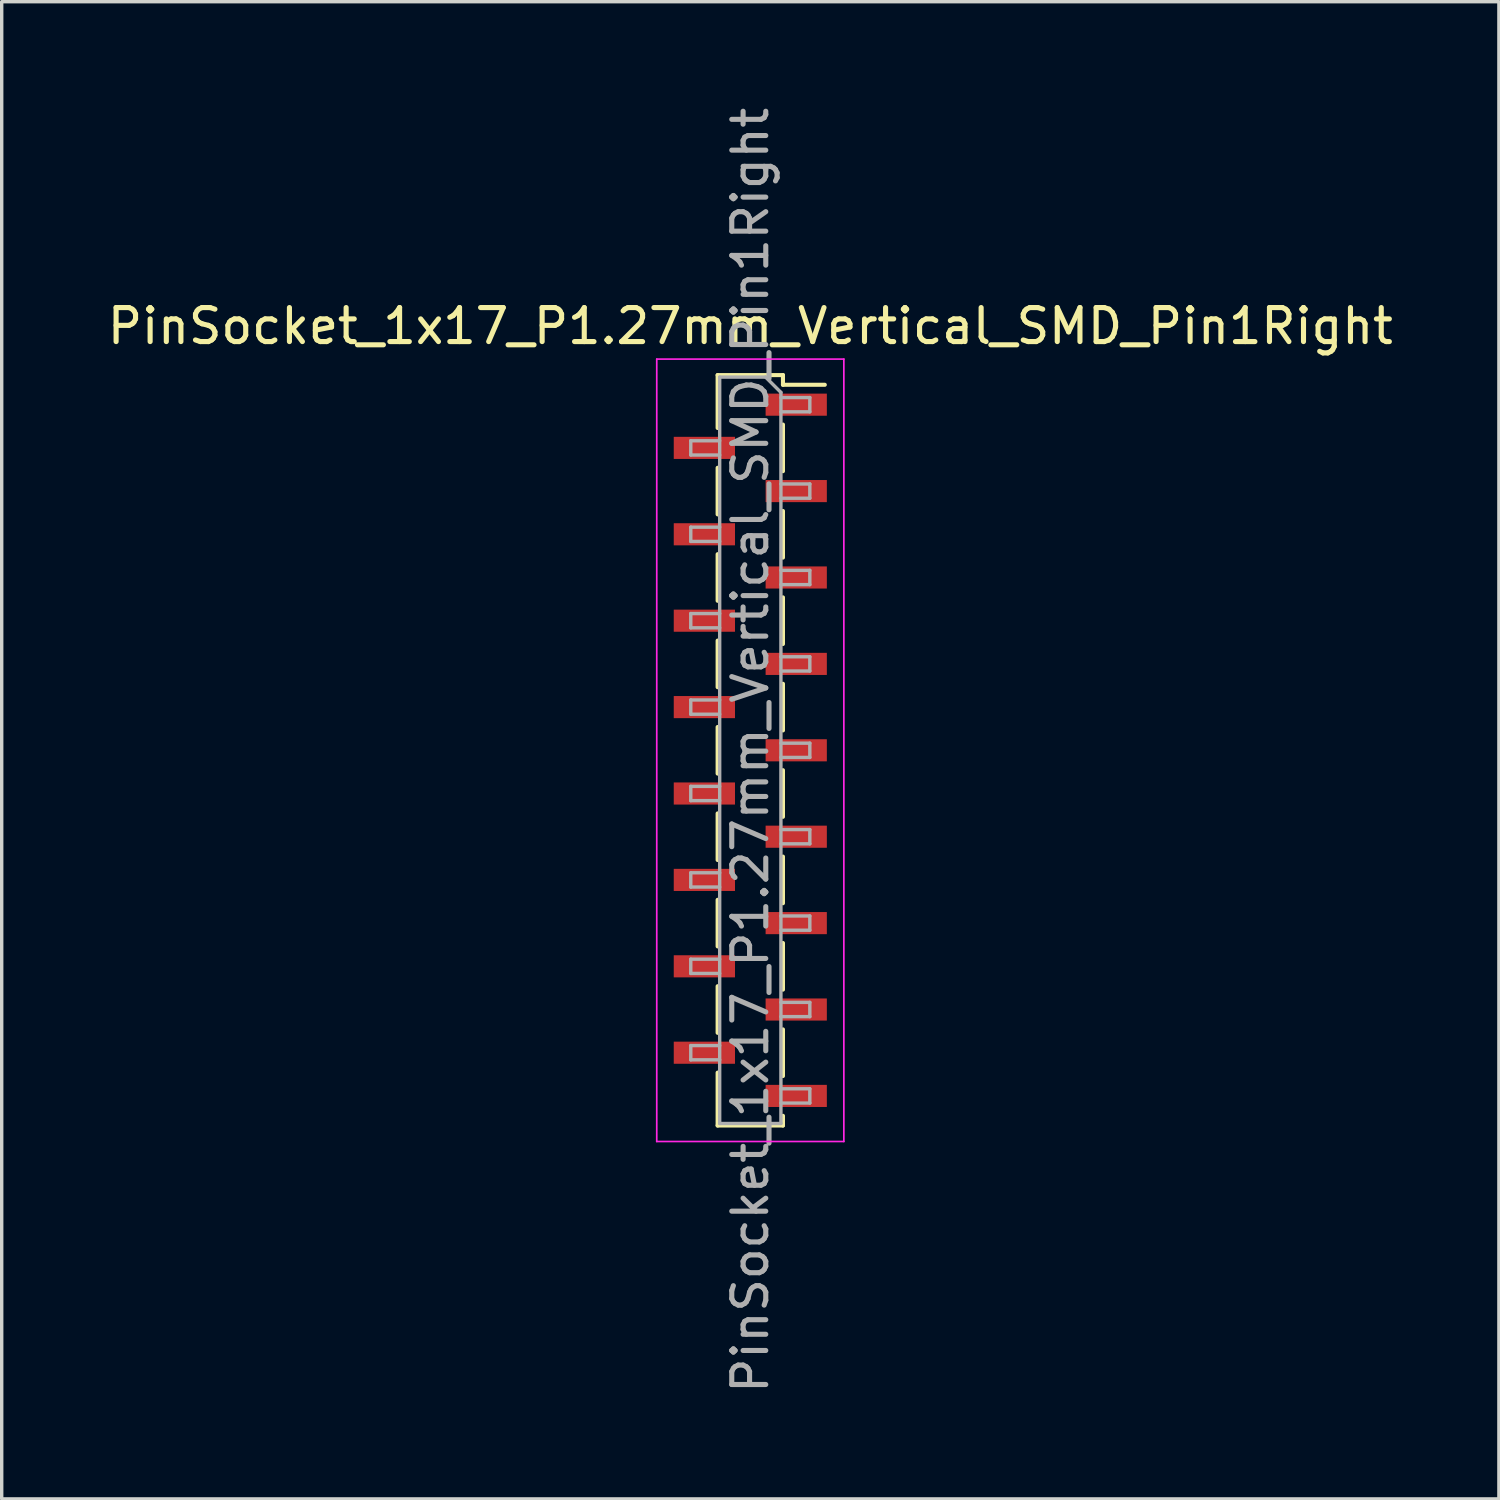
<source format=kicad_pcb>
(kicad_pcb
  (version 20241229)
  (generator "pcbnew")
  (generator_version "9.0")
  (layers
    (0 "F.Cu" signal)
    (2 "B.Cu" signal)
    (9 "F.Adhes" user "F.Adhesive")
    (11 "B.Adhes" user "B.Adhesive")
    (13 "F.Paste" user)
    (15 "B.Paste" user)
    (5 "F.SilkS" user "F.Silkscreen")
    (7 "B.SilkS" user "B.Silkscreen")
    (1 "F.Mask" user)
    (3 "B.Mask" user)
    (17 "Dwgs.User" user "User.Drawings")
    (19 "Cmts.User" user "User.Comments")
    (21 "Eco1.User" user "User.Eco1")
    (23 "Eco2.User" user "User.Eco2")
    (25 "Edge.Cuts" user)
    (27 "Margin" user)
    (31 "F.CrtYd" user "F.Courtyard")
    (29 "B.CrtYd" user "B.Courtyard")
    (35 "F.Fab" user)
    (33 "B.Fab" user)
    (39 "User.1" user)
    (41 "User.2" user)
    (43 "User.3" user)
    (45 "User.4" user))
  (footprint "PinSocket_1x17_P1.27mm_Vertical_SMD_Pin1Right"
    (layer "F.Cu")
    (at 19.006 19.006)
    (property "Reference" "PinSocket_1x17_P1.27mm_Vertical_SMD_Pin1Right" (at 0 -12.47 0) (layer "F.SilkS") (effects (font (size 1 1) (thickness 0.15))))
    (attr smd)
    (fp_line (start -0.96 -11.03) (end -0.96 -9.475) (stroke (width 0.12) (type solid)) (layer "F.SilkS"))
    (fp_line (start -0.96 -11.03) (end 0.96 -11.03) (stroke (width 0.12) (type solid)) (layer "F.SilkS"))
    (fp_line (start -0.96 -8.305) (end -0.96 -6.935) (stroke (width 0.12) (type solid)) (layer "F.SilkS"))
    (fp_line (start -0.96 -5.765) (end -0.96 -4.395) (stroke (width 0.12) (type solid)) (layer "F.SilkS"))
    (fp_line (start -0.96 -3.225) (end -0.96 -1.855) (stroke (width 0.12) (type solid)) (layer "F.SilkS"))
    (fp_line (start -0.96 -0.685) (end -0.96 0.685) (stroke (width 0.12) (type solid)) (layer "F.SilkS"))
    (fp_line (start -0.96 1.855) (end -0.96 3.225) (stroke (width 0.12) (type solid)) (layer "F.SilkS"))
    (fp_line (start -0.96 4.395) (end -0.96 5.765) (stroke (width 0.12) (type solid)) (layer "F.SilkS"))
    (fp_line (start -0.96 6.935) (end -0.96 8.305) (stroke (width 0.12) (type solid)) (layer "F.SilkS"))
    (fp_line (start -0.96 9.475) (end -0.96 11.03) (stroke (width 0.12) (type solid)) (layer "F.SilkS"))
    (fp_line (start -0.96 11.03) (end 0.96 11.03) (stroke (width 0.12) (type solid)) (layer "F.SilkS"))
    (fp_line (start 0.96 -11.03) (end 0.96 -10.745) (stroke (width 0.12) (type solid)) (layer "F.SilkS"))
    (fp_line (start 0.96 -10.745) (end 2.19 -10.745) (stroke (width 0.12) (type solid)) (layer "F.SilkS"))
    (fp_line (start 0.96 -9.575) (end 0.96 -8.205) (stroke (width 0.12) (type solid)) (layer "F.SilkS"))
    (fp_line (start 0.96 -7.035) (end 0.96 -5.665) (stroke (width 0.12) (type solid)) (layer "F.SilkS"))
    (fp_line (start 0.96 -4.495) (end 0.96 -3.125) (stroke (width 0.12) (type solid)) (layer "F.SilkS"))
    (fp_line (start 0.96 -1.955) (end 0.96 -0.585) (stroke (width 0.12) (type solid)) (layer "F.SilkS"))
    (fp_line (start 0.96 0.585) (end 0.96 1.955) (stroke (width 0.12) (type solid)) (layer "F.SilkS"))
    (fp_line (start 0.96 3.125) (end 0.96 4.495) (stroke (width 0.12) (type solid)) (layer "F.SilkS"))
    (fp_line (start 0.96 5.665) (end 0.96 7.035) (stroke (width 0.12) (type solid)) (layer "F.SilkS"))
    (fp_line (start 0.96 8.205) (end 0.96 9.575) (stroke (width 0.12) (type solid)) (layer "F.SilkS"))
    (fp_line (start 0.96 10.745) (end 0.96 11.03) (stroke (width 0.12) (type solid)) (layer "F.SilkS"))
    (fp_line (start -2.75 -11.5) (end 2.75 -11.5) (stroke (width 0.05) (type solid)) (layer "F.CrtYd"))
    (fp_line (start -2.75 11.5) (end -2.75 -11.5) (stroke (width 0.05) (type solid)) (layer "F.CrtYd"))
    (fp_line (start 2.75 -11.5) (end 2.75 11.5) (stroke (width 0.05) (type solid)) (layer "F.CrtYd"))
    (fp_line (start 2.75 11.5) (end -2.75 11.5) (stroke (width 0.05) (type solid)) (layer "F.CrtYd"))
    (fp_line (start -1.75 -9.1) (end -0.9 -9.1) (stroke (width 0.1) (type solid)) (layer "F.Fab"))
    (fp_line (start -1.75 -8.68) (end -1.75 -9.1) (stroke (width 0.1) (type solid)) (layer "F.Fab"))
    (fp_line (start -1.75 -6.56) (end -0.9 -6.56) (stroke (width 0.1) (type solid)) (layer "F.Fab"))
    (fp_line (start -1.75 -6.14) (end -1.75 -6.56) (stroke (width 0.1) (type solid)) (layer "F.Fab"))
    (fp_line (start -1.75 -4.02) (end -0.9 -4.02) (stroke (width 0.1) (type solid)) (layer "F.Fab"))
    (fp_line (start -1.75 -3.6) (end -1.75 -4.02) (stroke (width 0.1) (type solid)) (layer "F.Fab"))
    (fp_line (start -1.75 -1.48) (end -0.9 -1.48) (stroke (width 0.1) (type solid)) (layer "F.Fab"))
    (fp_line (start -1.75 -1.06) (end -1.75 -1.48) (stroke (width 0.1) (type solid)) (layer "F.Fab"))
    (fp_line (start -1.75 1.06) (end -0.9 1.06) (stroke (width 0.1) (type solid)) (layer "F.Fab"))
    (fp_line (start -1.75 1.48) (end -1.75 1.06) (stroke (width 0.1) (type solid)) (layer "F.Fab"))
    (fp_line (start -1.75 3.6) (end -0.9 3.6) (stroke (width 0.1) (type solid)) (layer "F.Fab"))
    (fp_line (start -1.75 4.02) (end -1.75 3.6) (stroke (width 0.1) (type solid)) (layer "F.Fab"))
    (fp_line (start -1.75 6.14) (end -0.9 6.14) (stroke (width 0.1) (type solid)) (layer "F.Fab"))
    (fp_line (start -1.75 6.56) (end -1.75 6.14) (stroke (width 0.1) (type solid)) (layer "F.Fab"))
    (fp_line (start -1.75 8.68) (end -0.9 8.68) (stroke (width 0.1) (type solid)) (layer "F.Fab"))
    (fp_line (start -1.75 9.1) (end -1.75 8.68) (stroke (width 0.1) (type solid)) (layer "F.Fab"))
    (fp_line (start -0.9 -10.97) (end 0.45 -10.97) (stroke (width 0.1) (type solid)) (layer "F.Fab"))
    (fp_line (start -0.9 -8.68) (end -1.75 -8.68) (stroke (width 0.1) (type solid)) (layer "F.Fab"))
    (fp_line (start -0.9 -6.14) (end -1.75 -6.14) (stroke (width 0.1) (type solid)) (layer "F.Fab"))
    (fp_line (start -0.9 -3.6) (end -1.75 -3.6) (stroke (width 0.1) (type solid)) (layer "F.Fab"))
    (fp_line (start -0.9 -1.06) (end -1.75 -1.06) (stroke (width 0.1) (type solid)) (layer "F.Fab"))
    (fp_line (start -0.9 1.48) (end -1.75 1.48) (stroke (width 0.1) (type solid)) (layer "F.Fab"))
    (fp_line (start -0.9 4.02) (end -1.75 4.02) (stroke (width 0.1) (type solid)) (layer "F.Fab"))
    (fp_line (start -0.9 6.56) (end -1.75 6.56) (stroke (width 0.1) (type solid)) (layer "F.Fab"))
    (fp_line (start -0.9 9.1) (end -1.75 9.1) (stroke (width 0.1) (type solid)) (layer "F.Fab"))
    (fp_line (start -0.9 10.97) (end -0.9 -10.97) (stroke (width 0.1) (type solid)) (layer "F.Fab"))
    (fp_line (start 0.45 -10.97) (end 0.9 -10.52) (stroke (width 0.1) (type solid)) (layer "F.Fab"))
    (fp_line (start 0.9 -10.52) (end 0.9 10.97) (stroke (width 0.1) (type solid)) (layer "F.Fab"))
    (fp_line (start 0.9 -10.37) (end 1.75 -10.37) (stroke (width 0.1) (type solid)) (layer "F.Fab"))
    (fp_line (start 0.9 -7.83) (end 1.75 -7.83) (stroke (width 0.1) (type solid)) (layer "F.Fab"))
    (fp_line (start 0.9 -5.29) (end 1.75 -5.29) (stroke (width 0.1) (type solid)) (layer "F.Fab"))
    (fp_line (start 0.9 -2.75) (end 1.75 -2.75) (stroke (width 0.1) (type solid)) (layer "F.Fab"))
    (fp_line (start 0.9 -0.21) (end 1.75 -0.21) (stroke (width 0.1) (type solid)) (layer "F.Fab"))
    (fp_line (start 0.9 2.33) (end 1.75 2.33) (stroke (width 0.1) (type solid)) (layer "F.Fab"))
    (fp_line (start 0.9 4.87) (end 1.75 4.87) (stroke (width 0.1) (type solid)) (layer "F.Fab"))
    (fp_line (start 0.9 7.41) (end 1.75 7.41) (stroke (width 0.1) (type solid)) (layer "F.Fab"))
    (fp_line (start 0.9 9.95) (end 1.75 9.95) (stroke (width 0.1) (type solid)) (layer "F.Fab"))
    (fp_line (start 0.9 10.97) (end -0.9 10.97) (stroke (width 0.1) (type solid)) (layer "F.Fab"))
    (fp_line (start 1.75 -10.37) (end 1.75 -9.95) (stroke (width 0.1) (type solid)) (layer "F.Fab"))
    (fp_line (start 1.75 -9.95) (end 0.9 -9.95) (stroke (width 0.1) (type solid)) (layer "F.Fab"))
    (fp_line (start 1.75 -7.83) (end 1.75 -7.41) (stroke (width 0.1) (type solid)) (layer "F.Fab"))
    (fp_line (start 1.75 -7.41) (end 0.9 -7.41) (stroke (width 0.1) (type solid)) (layer "F.Fab"))
    (fp_line (start 1.75 -5.29) (end 1.75 -4.87) (stroke (width 0.1) (type solid)) (layer "F.Fab"))
    (fp_line (start 1.75 -4.87) (end 0.9 -4.87) (stroke (width 0.1) (type solid)) (layer "F.Fab"))
    (fp_line (start 1.75 -2.75) (end 1.75 -2.33) (stroke (width 0.1) (type solid)) (layer "F.Fab"))
    (fp_line (start 1.75 -2.33) (end 0.9 -2.33) (stroke (width 0.1) (type solid)) (layer "F.Fab"))
    (fp_line (start 1.75 -0.21) (end 1.75 0.21) (stroke (width 0.1) (type solid)) (layer "F.Fab"))
    (fp_line (start 1.75 0.21) (end 0.9 0.21) (stroke (width 0.1) (type solid)) (layer "F.Fab"))
    (fp_line (start 1.75 2.33) (end 1.75 2.75) (stroke (width 0.1) (type solid)) (layer "F.Fab"))
    (fp_line (start 1.75 2.75) (end 0.9 2.75) (stroke (width 0.1) (type solid)) (layer "F.Fab"))
    (fp_line (start 1.75 4.87) (end 1.75 5.29) (stroke (width 0.1) (type solid)) (layer "F.Fab"))
    (fp_line (start 1.75 5.29) (end 0.9 5.29) (stroke (width 0.1) (type solid)) (layer "F.Fab"))
    (fp_line (start 1.75 7.41) (end 1.75 7.83) (stroke (width 0.1) (type solid)) (layer "F.Fab"))
    (fp_line (start 1.75 7.83) (end 0.9 7.83) (stroke (width 0.1) (type solid)) (layer "F.Fab"))
    (fp_line (start 1.75 9.95) (end 1.75 10.37) (stroke (width 0.1) (type solid)) (layer "F.Fab"))
    (fp_line (start 1.75 10.37) (end 0.9 10.37) (stroke (width 0.1) (type solid)) (layer "F.Fab"))
    (fp_text user "${REFERENCE}" (at 0 0 90) (layer "F.Fab") (effects (font (size 1 1) (thickness 0.15))))
    (pad "1" smd rect (at 1.35 -10.16) (size 1.8 0.65) (layers "F.Cu" "F.Mask" "F.Paste"))
    (pad "2" smd rect (at -1.35 -8.89) (size 1.8 0.65) (layers "F.Cu" "F.Mask" "F.Paste"))
    (pad "3" smd rect (at 1.35 -7.62) (size 1.8 0.65) (layers "F.Cu" "F.Mask" "F.Paste"))
    (pad "4" smd rect (at -1.35 -6.35) (size 1.8 0.65) (layers "F.Cu" "F.Mask" "F.Paste"))
    (pad "5" smd rect (at 1.35 -5.08) (size 1.8 0.65) (layers "F.Cu" "F.Mask" "F.Paste"))
    (pad "6" smd rect (at -1.35 -3.81) (size 1.8 0.65) (layers "F.Cu" "F.Mask" "F.Paste"))
    (pad "7" smd rect (at 1.35 -2.54) (size 1.8 0.65) (layers "F.Cu" "F.Mask" "F.Paste"))
    (pad "8" smd rect (at -1.35 -1.27) (size 1.8 0.65) (layers "F.Cu" "F.Mask" "F.Paste"))
    (pad "9" smd rect (at 1.35 0) (size 1.8 0.65) (layers "F.Cu" "F.Mask" "F.Paste"))
    (pad "10" smd rect (at -1.35 1.27) (size 1.8 0.65) (layers "F.Cu" "F.Mask" "F.Paste"))
    (pad "11" smd rect (at 1.35 2.54) (size 1.8 0.65) (layers "F.Cu" "F.Mask" "F.Paste"))
    (pad "12" smd rect (at -1.35 3.81) (size 1.8 0.65) (layers "F.Cu" "F.Mask" "F.Paste"))
    (pad "13" smd rect (at 1.35 5.08) (size 1.8 0.65) (layers "F.Cu" "F.Mask" "F.Paste"))
    (pad "14" smd rect (at -1.35 6.35) (size 1.8 0.65) (layers "F.Cu" "F.Mask" "F.Paste"))
    (pad "15" smd rect (at 1.35 7.62) (size 1.8 0.65) (layers "F.Cu" "F.Mask" "F.Paste"))
    (pad "16" smd rect (at -1.35 8.89) (size 1.8 0.65) (layers "F.Cu" "F.Mask" "F.Paste"))
    (pad "17" smd rect (at 1.35 10.16) (size 1.8 0.65) (layers "F.Cu" "F.Mask" "F.Paste")))
  (gr_rect
    (start -3 -3)
    (end 41.012 41.012)
    (stroke (width 0.1) (type default))
    (fill no)
    (layer "Edge.Cuts")))
</source>
